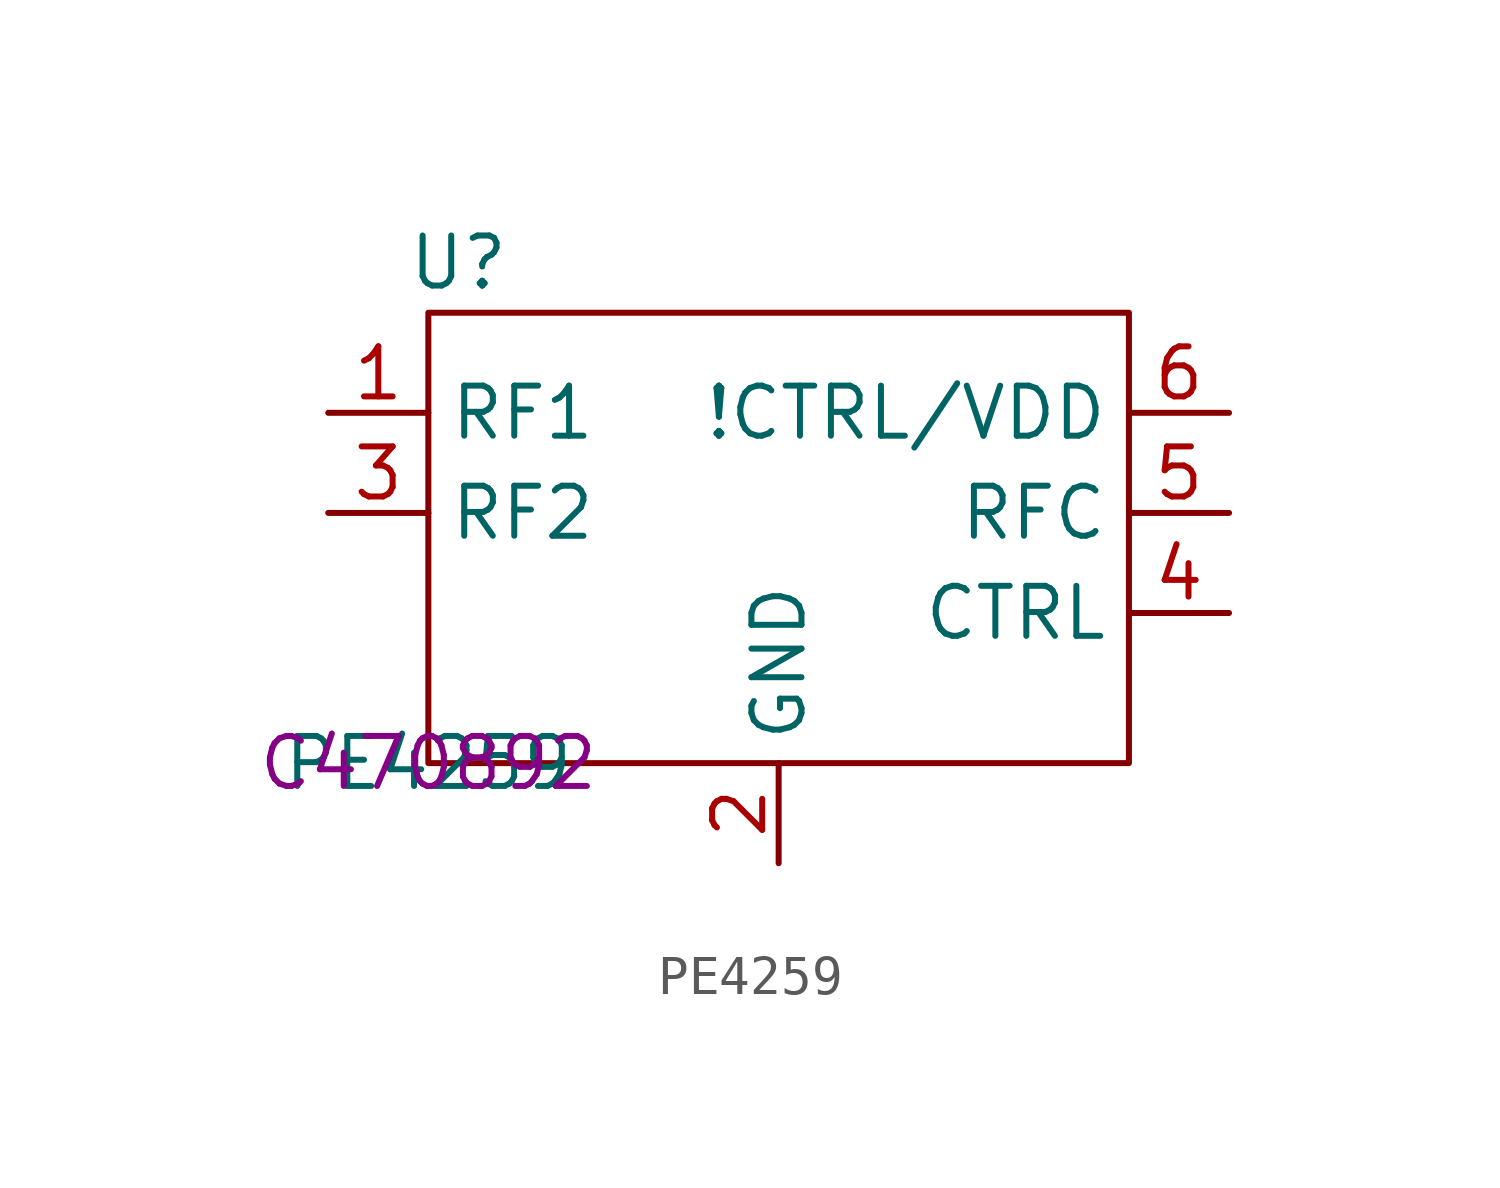
<source format=kicad_sym>
(kicad_symbol_lib
  (version 20231120)
  (generator "kicad_symbol_editor")
  (generator_version "8.0")
  (symbol "PE4259"
    (property "Reference" "U"
      (at 0.762 12.7 0)
      (effects (font (size 1.27 1.27))))
    (property "Value" "PE4259"
      (at 0 0 0)
      (effects (font (size 1.27 1.27))))
    (property "LCSC" "C470892"
      (at 0 0 0)
      (effects (font (size 1.27 1.27))))
    (symbol "PE4259_0_1"
      (rectangle (start 0 11.43) (end 17.78 0) (stroke (width 0) (type default)) (fill (type none))))
    (symbol "PE4259_1_1"
      (pin bidirectional line (at -2.54 8.89 0) (length 2.54) (name "RF1" (effects (font (size 1.27 1.27)))) (number "1" (effects (font (size 1.27 1.27)))))
      (pin passive line (at 8.89 -2.54 90) (length 2.54) (name "GND" (effects (font (size 1.27 1.27)))) (number "2" (effects (font (size 1.27 1.27)))))
      (pin bidirectional line (at -2.54 6.35 0) (length 2.54) (name "RF2" (effects (font (size 1.27 1.27)))) (number "3" (effects (font (size 1.27 1.27)))))
      (pin input line (at 20.32 3.81 180) (length 2.54) (name "CTRL" (effects (font (size 1.27 1.27)))) (number "4" (effects (font (size 1.27 1.27)))))
      (pin output line (at 20.32 6.35 180) (length 2.54) (name "RFC" (effects (font (size 1.27 1.27)))) (number "5" (effects (font (size 1.27 1.27)))))
      (pin input line (at 20.32 8.89 180) (length 2.54) (name "!CTRL/VDD" (effects (font (size 1.27 1.27)))) (number "6" (effects (font (size 1.27 1.27))))))))
</source>
